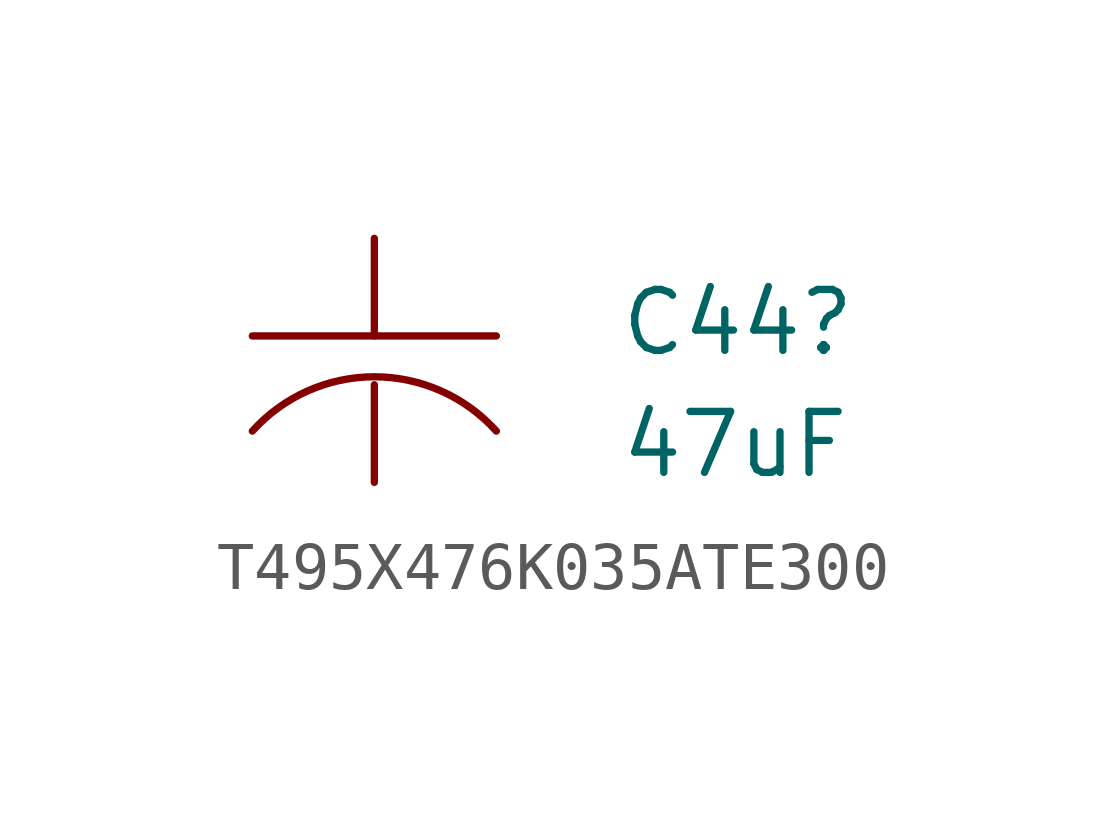
<source format=kicad_sym>
(kicad_symbol_lib
  (version 20220914)
  (generator kicad_symbol_editor)
  (symbol "T495X476K035ATE300"
    (pin_numbers hide)
    (pin_names
      (offset 1.016) hide)
    (property "Reference" "C44"
      (at 5.08 -1.753 0)
      (effects (font (size 1.27 1.27)) (justify left)))
    (property "Value" "47uF"
      (at 5.08 -4.293 0)
      (effects (font (size 1.27 1.27)) (justify left)))
    (symbol "T495X476K035ATE300_1_1"
      (polyline (pts (xy -2.54 -2.032) (xy 2.54 -2.032)) (stroke (width 0) (type solid)) (fill (type none)))
      (arc (start 2.54 -4.0132) (mid 0 -2.882) (end -2.54 -4.0132) (stroke (width 0) (type solid)) (fill (type none)))
      (pin passive line (at 0 -5.08 90) (length 2.032) (name "CATHODE" (effects (font (size 0 0)))) (number "1" (effects (font (size 1.016 1.016)))))
      (pin passive line (at 0 0 270) (length 2.032) (name "ANODE" (effects (font (size 0 0)))) (number "2" (effects (font (size 1.016 1.016))))))))
</source>
